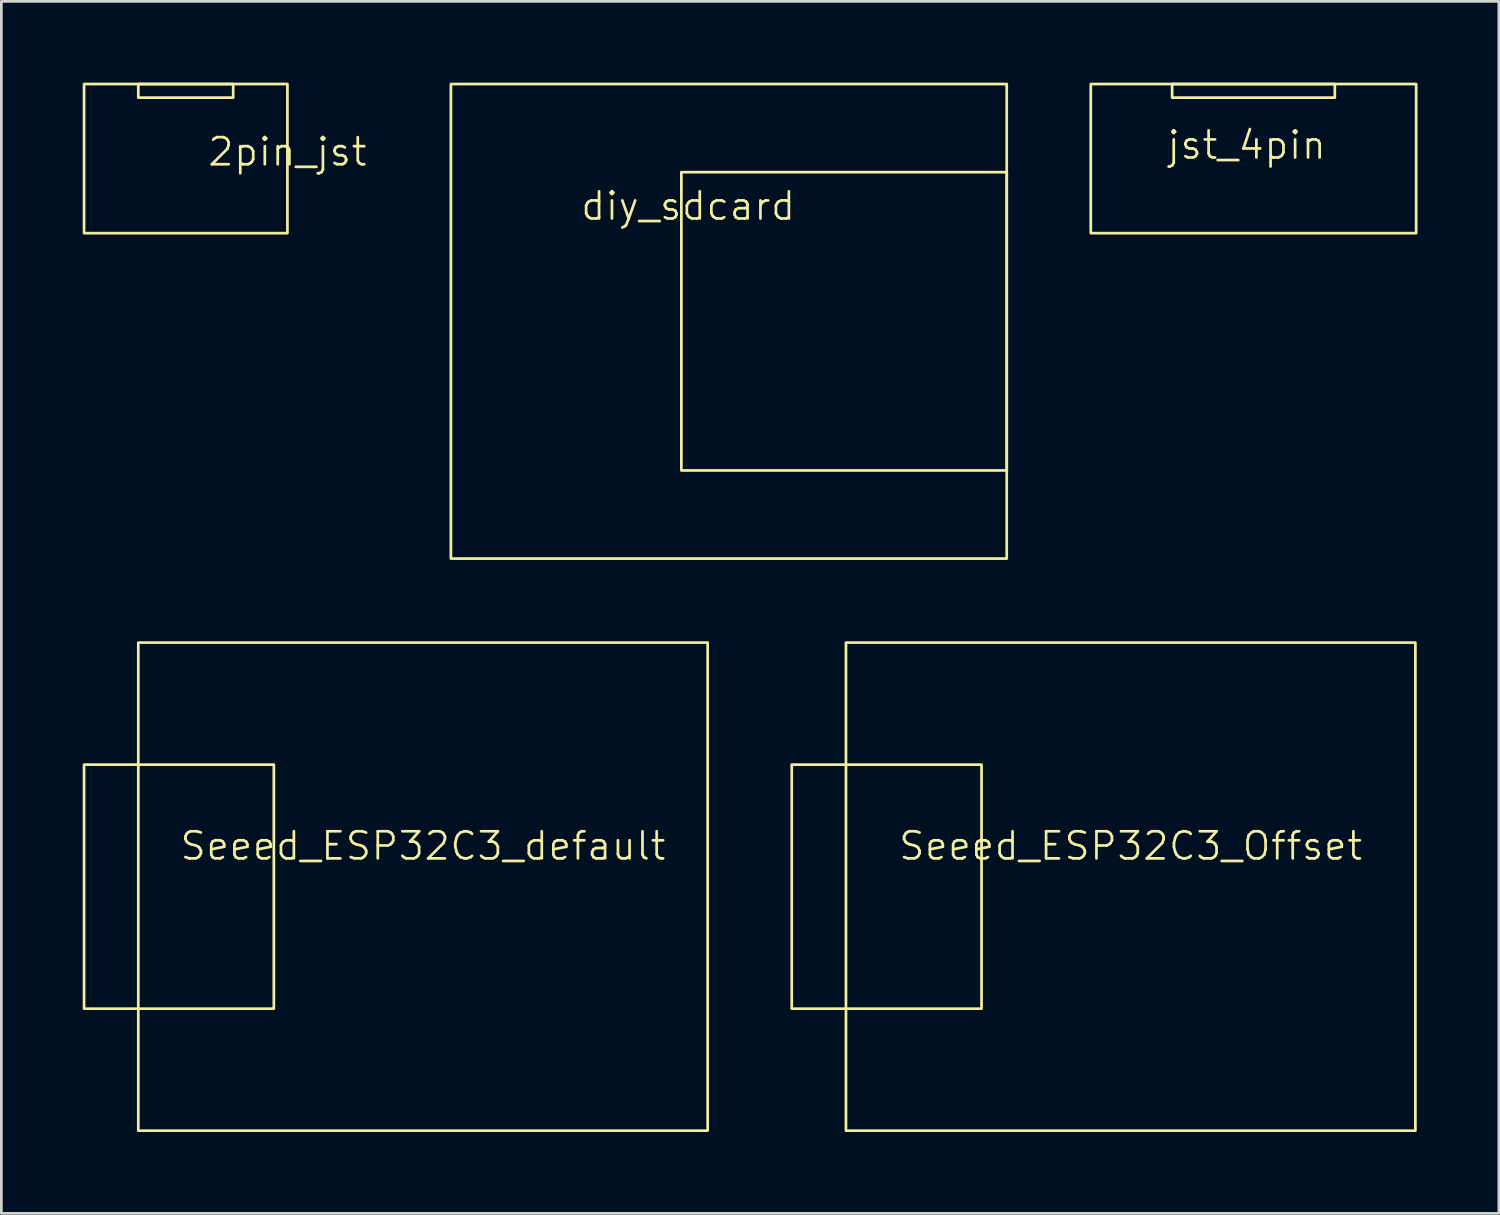
<source format=kicad_pcb>
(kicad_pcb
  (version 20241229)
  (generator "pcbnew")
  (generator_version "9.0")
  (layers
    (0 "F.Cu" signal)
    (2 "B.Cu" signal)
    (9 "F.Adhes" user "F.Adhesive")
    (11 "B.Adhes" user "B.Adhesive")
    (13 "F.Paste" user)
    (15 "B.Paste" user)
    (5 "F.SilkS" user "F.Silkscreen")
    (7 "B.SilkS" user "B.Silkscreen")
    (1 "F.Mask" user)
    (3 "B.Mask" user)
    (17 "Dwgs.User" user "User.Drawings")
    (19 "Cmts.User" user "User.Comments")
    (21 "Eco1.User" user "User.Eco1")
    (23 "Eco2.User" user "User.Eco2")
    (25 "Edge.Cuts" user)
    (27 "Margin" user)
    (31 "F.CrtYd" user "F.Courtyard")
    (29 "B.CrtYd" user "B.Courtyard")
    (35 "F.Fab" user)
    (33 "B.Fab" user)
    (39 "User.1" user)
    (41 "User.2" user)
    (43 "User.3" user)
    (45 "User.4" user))
  (footprint "Seeed_ESP32C3_default"
    (layer "F.Cu")
    (at 12.55 28.65)
    (property "Reference" "Seeed_ESP32C3_default" (at 0 -0.5 0) (unlocked yes) (layer "F.SilkS") (effects (font (size 1 1) (thickness 0.1))))
    (attr smd)
    (fp_rect (start -12.5 -3.5) (end -5.5 5.5) (stroke (width 0.1) (type default)) (fill no) (layer "F.SilkS"))
    (fp_rect (start -10.5 -8) (end 10.5 10) (stroke (width 0.1) (type default)) (fill no) (layer "F.SilkS")))
  (footprint "jst_4pin"
    (layer "F.Cu")
    (at 42.929 2.8)
    (property "Reference" "jst_4pin" (at 0 -0.5 0) (unlocked yes) (layer "F.SilkS") (effects (font (size 1 1) (thickness 0.1))))
    (attr smd)
    (fp_rect (start -5.75 -2.75) (end 6.25 2.75) (stroke (width 0.1) (type default)) (fill no) (layer "F.SilkS"))
    (fp_rect (start -2.75 -2.75) (end 3.25 -2.25) (stroke (width 0.1) (type default)) (fill no) (layer "F.SilkS")))
  (footprint "2pin_jst"
    (layer "F.Cu")
    (at 7.55 3.05)
    (property "Reference" "2pin_jst" (at 0 -0.5 0) (unlocked yes) (layer "F.SilkS") (effects (font (size 1 1) (thickness 0.1))))
    (attr smd)
    (fp_rect (start -7.5 -3) (end 0 2.5) (stroke (width 0.1) (type default)) (fill no) (layer "F.SilkS"))
    (fp_rect (start -5.5 -3) (end -2 -2.5) (stroke (width 0.1) (type default)) (fill no) (layer "F.SilkS")))
  (footprint "diy_sdcard"
    (layer "F.Cu")
    (at 22.329 5.05)
    (property "Reference" "diy_sdcard" (at 0 -0.5 0) (unlocked yes) (layer "F.SilkS") (effects (font (size 1 1) (thickness 0.1))))
    (attr smd)
    (fp_rect (start -8.75 -5) (end 11.75 12.5) (stroke (width 0.1) (type default)) (fill no) (layer "F.SilkS"))
    (fp_rect (start -0.25 -1.75) (end 11.75 9.25) (stroke (width 0.1) (type default)) (fill no) (layer "F.SilkS")))
  (footprint "Seeed_ESP32C3_Offset"
    (layer "F.Cu")
    (at 38.65 28.65)
    (property "Reference" "Seeed_ESP32C3_Offset" (at 0 -0.5 0) (unlocked yes) (layer "F.SilkS") (effects (font (size 1 1) (thickness 0.1))))
    (attr smd)
    (fp_rect (start -12.5 -3.5) (end -5.5 5.5) (stroke (width 0.1) (type default)) (fill no) (layer "F.SilkS"))
    (fp_rect (start -10.5 -8) (end 10.5 10) (stroke (width 0.1) (type default)) (fill no) (layer "F.SilkS")))
  (gr_rect
    (start -3 -3)
    (end 52.229 41.7)
    (stroke (width 0.1) (type default))
    (fill no)
    (layer "Edge.Cuts")))
</source>
